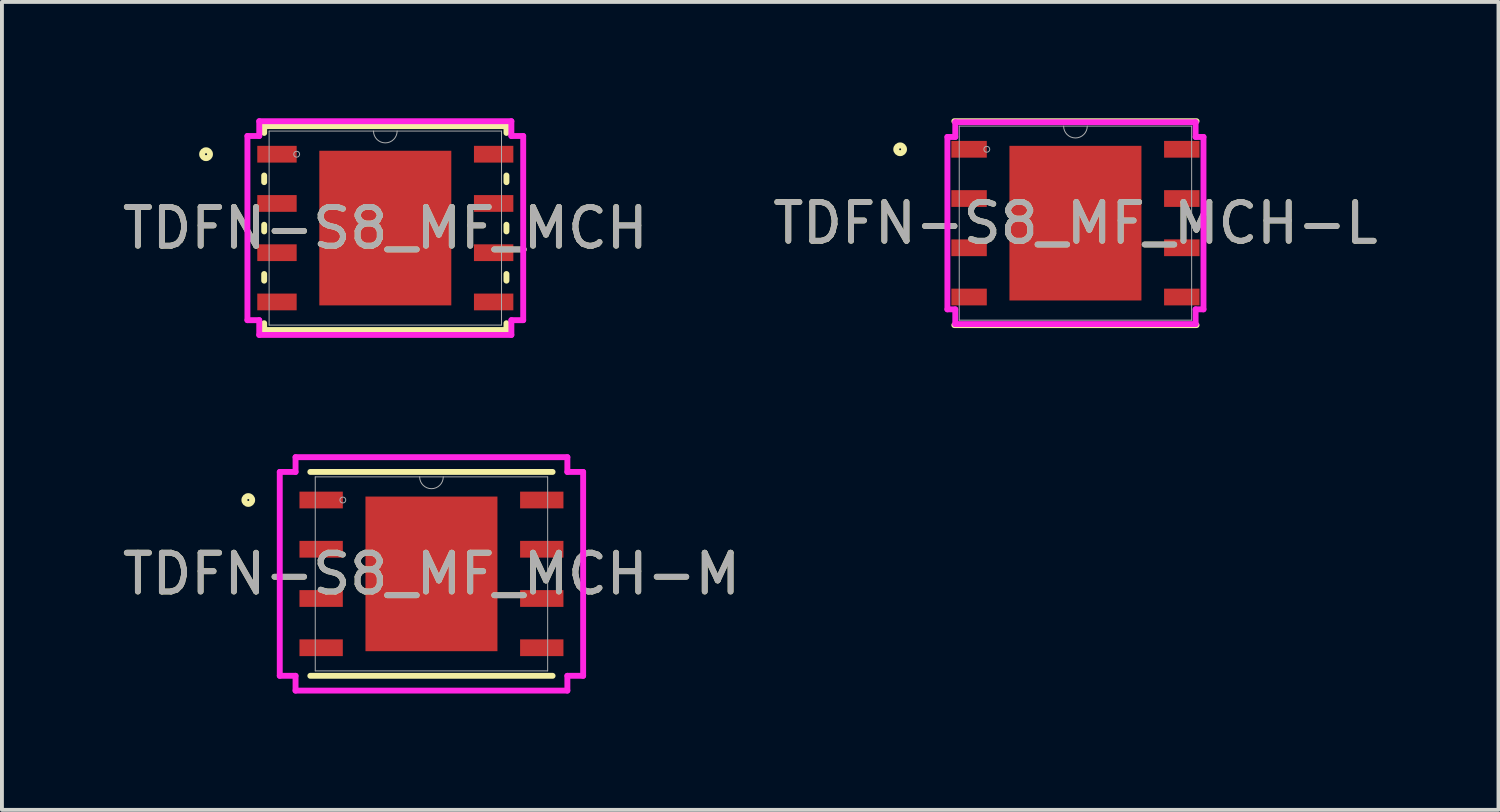
<source format=kicad_pcb>
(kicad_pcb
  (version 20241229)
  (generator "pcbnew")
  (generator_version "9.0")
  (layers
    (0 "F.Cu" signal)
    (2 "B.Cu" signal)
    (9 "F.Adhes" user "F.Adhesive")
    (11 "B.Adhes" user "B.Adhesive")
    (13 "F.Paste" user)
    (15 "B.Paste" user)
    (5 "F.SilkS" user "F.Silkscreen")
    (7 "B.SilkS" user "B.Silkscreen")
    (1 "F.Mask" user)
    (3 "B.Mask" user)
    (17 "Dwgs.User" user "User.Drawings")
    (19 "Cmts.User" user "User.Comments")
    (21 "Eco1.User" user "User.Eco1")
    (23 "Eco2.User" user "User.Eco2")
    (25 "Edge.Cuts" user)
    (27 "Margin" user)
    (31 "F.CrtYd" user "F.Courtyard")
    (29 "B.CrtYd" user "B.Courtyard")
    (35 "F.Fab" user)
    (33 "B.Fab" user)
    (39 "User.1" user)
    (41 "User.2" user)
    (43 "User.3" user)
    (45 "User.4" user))
  (footprint "TDFN-S8_MF_MCH-L"
    (layer "F.Cu")
    (at 24.685 2.705)
    (property "Reference" "TDFN-S8_MF_MCH-L" (at 0 0 0) (unlocked yes) (layer "F.SilkS") (effects (font (size 1 1) (thickness 0.15))))
    (attr smd)
    (fp_line (start -3.124 2.629) (end 3.124 2.629) (stroke (width 0.152) (type solid)) (layer "F.SilkS"))
    (fp_line (start 3.124 -2.629) (end -3.124 -2.629) (stroke (width 0.152) (type solid)) (layer "F.SilkS"))
    (fp_circle (center -4.521 -1.905) (end -4.42 -1.905) (stroke (width 0.152) (type solid)) (fill no) (layer "F.SilkS"))
    (fp_poly (pts (xy -1.602 -1.894) (xy -1.602 -0.765) (xy -0.1 -0.765) (xy -0.1 -1.894)) (stroke (width 0) (type solid)) (fill yes) (layer "F.Paste"))
    (fp_poly (pts (xy -1.602 -0.565) (xy -1.602 0.565) (xy -0.1 0.565) (xy -0.1 -0.565)) (stroke (width 0) (type solid)) (fill yes) (layer "F.Paste"))
    (fp_poly (pts (xy -1.602 0.765) (xy -1.602 1.894) (xy -0.1 1.894) (xy -0.1 0.765)) (stroke (width 0) (type solid)) (fill yes) (layer "F.Paste"))
    (fp_poly (pts (xy 0.1 -1.894) (xy 0.1 -0.765) (xy 1.602 -0.765) (xy 1.602 -1.894)) (stroke (width 0) (type solid)) (fill yes) (layer "F.Paste"))
    (fp_poly (pts (xy 0.1 -0.565) (xy 0.1 0.565) (xy 1.602 0.565) (xy 1.602 -0.565)) (stroke (width 0) (type solid)) (fill yes) (layer "F.Paste"))
    (fp_poly (pts (xy 0.1 0.765) (xy 0.1 1.894) (xy 1.602 1.894) (xy 1.602 0.765)) (stroke (width 0) (type solid)) (fill yes) (layer "F.Paste"))
    (fp_line (start -3.302 -2.223) (end -3.099 -2.223) (stroke (width 0.152) (type solid)) (layer "F.CrtYd"))
    (fp_line (start -3.302 2.223) (end -3.302 -2.223) (stroke (width 0.152) (type solid)) (layer "F.CrtYd"))
    (fp_line (start -3.302 2.223) (end -3.099 2.223) (stroke (width 0.152) (type solid)) (layer "F.CrtYd"))
    (fp_line (start -3.099 -2.603) (end 3.099 -2.603) (stroke (width 0.152) (type solid)) (layer "F.CrtYd"))
    (fp_line (start -3.099 -2.223) (end -3.099 -2.603) (stroke (width 0.152) (type solid)) (layer "F.CrtYd"))
    (fp_line (start -3.099 2.603) (end -3.099 2.223) (stroke (width 0.152) (type solid)) (layer "F.CrtYd"))
    (fp_line (start 3.099 -2.603) (end 3.099 -2.223) (stroke (width 0.152) (type solid)) (layer "F.CrtYd"))
    (fp_line (start 3.099 2.223) (end 3.099 2.603) (stroke (width 0.152) (type solid)) (layer "F.CrtYd"))
    (fp_line (start 3.099 2.603) (end -3.099 2.603) (stroke (width 0.152) (type solid)) (layer "F.CrtYd"))
    (fp_line (start 3.302 -2.223) (end 3.099 -2.223) (stroke (width 0.152) (type solid)) (layer "F.CrtYd"))
    (fp_line (start 3.302 -2.223) (end 3.302 2.223) (stroke (width 0.152) (type solid)) (layer "F.CrtYd"))
    (fp_line (start 3.302 2.223) (end 3.099 2.223) (stroke (width 0.152) (type solid)) (layer "F.CrtYd"))
    (fp_line (start -2.997 -2.502) (end -2.997 2.502) (stroke (width 0.025) (type solid)) (layer "F.Fab"))
    (fp_line (start -2.997 2.502) (end 2.997 2.502) (stroke (width 0.025) (type solid)) (layer "F.Fab"))
    (fp_line (start 2.997 -2.502) (end -2.997 -2.502) (stroke (width 0.025) (type solid)) (layer "F.Fab"))
    (fp_line (start 2.997 2.502) (end 2.997 -2.502) (stroke (width 0.025) (type solid)) (layer "F.Fab"))
    (fp_arc (start 0.3048 -2.5019) (mid 0 -2.1971) (end -0.3048 -2.5019) (stroke (width 0.0254) (type solid)) (layer "F.Fab"))
    (fp_circle (center -2.286 -1.905) (end -2.21 -1.905) (stroke (width 0.025) (type solid)) (fill no) (layer "F.Fab"))
    (fp_text user "${REFERENCE}" (at 0 0 0) (unlocked yes) (layer "F.Fab") (effects (font (size 1 1) (thickness 0.15))))
    (pad "1" smd rect (at -2.743 -1.905) (size 0.914 0.432) (layers "F.Cu" "F.Mask" "F.Paste"))
    (pad "2" smd rect (at -2.743 -0.635) (size 0.914 0.432) (layers "F.Cu" "F.Mask" "F.Paste"))
    (pad "3" smd rect (at -2.743 0.635) (size 0.914 0.432) (layers "F.Cu" "F.Mask" "F.Paste"))
    (pad "4" smd rect (at -2.743 1.905) (size 0.914 0.432) (layers "F.Cu" "F.Mask" "F.Paste"))
    (pad "5" smd rect (at 2.743 1.905) (size 0.914 0.432) (layers "F.Cu" "F.Mask" "F.Paste"))
    (pad "6" smd rect (at 2.743 0.635) (size 0.914 0.432) (layers "F.Cu" "F.Mask" "F.Paste"))
    (pad "7" smd rect (at 2.743 -0.635) (size 0.914 0.432) (layers "F.Cu" "F.Mask" "F.Paste"))
    (pad "8" smd rect (at 2.743 -1.905) (size 0.914 0.432) (layers "F.Cu" "F.Mask" "F.Paste"))
    (pad "9" smd rect (at 0 0) (size 3.404 3.988) (layers "F.Cu" "F.Mask" "F.Paste")))
  (footprint "TDFN-S8_MF_MCH-M"
    (layer "F.Cu")
    (at 8.077 11.75)
    (property "Reference" "TDFN-S8_MF_MCH-M" (at 0 0 0) (unlocked yes) (layer "F.SilkS") (effects (font (size 1 1) (thickness 0.15))))
    (attr smd)
    (fp_line (start -3.124 2.629) (end 3.124 2.629) (stroke (width 0.152) (type solid)) (layer "F.SilkS"))
    (fp_line (start 3.124 -2.629) (end -3.124 -2.629) (stroke (width 0.152) (type solid)) (layer "F.SilkS"))
    (fp_circle (center -4.724 -1.905) (end -4.623 -1.905) (stroke (width 0.152) (type solid)) (fill no) (layer "F.SilkS"))
    (fp_poly (pts (xy -1.602 -1.894) (xy -1.602 -0.765) (xy -0.1 -0.765) (xy -0.1 -1.894)) (stroke (width 0) (type solid)) (fill yes) (layer "F.Paste"))
    (fp_poly (pts (xy -1.602 -0.565) (xy -1.602 0.565) (xy -0.1 0.565) (xy -0.1 -0.565)) (stroke (width 0) (type solid)) (fill yes) (layer "F.Paste"))
    (fp_poly (pts (xy -1.602 0.765) (xy -1.602 1.894) (xy -0.1 1.894) (xy -0.1 0.765)) (stroke (width 0) (type solid)) (fill yes) (layer "F.Paste"))
    (fp_poly (pts (xy 0.1 -1.894) (xy 0.1 -0.765) (xy 1.602 -0.765) (xy 1.602 -1.894)) (stroke (width 0) (type solid)) (fill yes) (layer "F.Paste"))
    (fp_poly (pts (xy 0.1 -0.565) (xy 0.1 0.565) (xy 1.602 0.565) (xy 1.602 -0.565)) (stroke (width 0) (type solid)) (fill yes) (layer "F.Paste"))
    (fp_poly (pts (xy 0.1 0.765) (xy 0.1 1.894) (xy 1.602 1.894) (xy 1.602 0.765)) (stroke (width 0) (type solid)) (fill yes) (layer "F.Paste"))
    (fp_line (start -3.912 -2.629) (end -3.505 -2.629) (stroke (width 0.152) (type solid)) (layer "F.CrtYd"))
    (fp_line (start -3.912 2.629) (end -3.912 -2.629) (stroke (width 0.152) (type solid)) (layer "F.CrtYd"))
    (fp_line (start -3.912 2.629) (end -3.505 2.629) (stroke (width 0.152) (type solid)) (layer "F.CrtYd"))
    (fp_line (start -3.505 -3.01) (end 3.505 -3.01) (stroke (width 0.152) (type solid)) (layer "F.CrtYd"))
    (fp_line (start -3.505 -2.629) (end -3.505 -3.01) (stroke (width 0.152) (type solid)) (layer "F.CrtYd"))
    (fp_line (start -3.505 3.01) (end -3.505 2.629) (stroke (width 0.152) (type solid)) (layer "F.CrtYd"))
    (fp_line (start 3.505 -3.01) (end 3.505 -2.629) (stroke (width 0.152) (type solid)) (layer "F.CrtYd"))
    (fp_line (start 3.505 2.629) (end 3.505 3.01) (stroke (width 0.152) (type solid)) (layer "F.CrtYd"))
    (fp_line (start 3.505 3.01) (end -3.505 3.01) (stroke (width 0.152) (type solid)) (layer "F.CrtYd"))
    (fp_line (start 3.912 -2.629) (end 3.505 -2.629) (stroke (width 0.152) (type solid)) (layer "F.CrtYd"))
    (fp_line (start 3.912 -2.629) (end 3.912 2.629) (stroke (width 0.152) (type solid)) (layer "F.CrtYd"))
    (fp_line (start 3.912 2.629) (end 3.505 2.629) (stroke (width 0.152) (type solid)) (layer "F.CrtYd"))
    (fp_line (start -2.997 -2.502) (end -2.997 2.502) (stroke (width 0.025) (type solid)) (layer "F.Fab"))
    (fp_line (start -2.997 2.502) (end 2.997 2.502) (stroke (width 0.025) (type solid)) (layer "F.Fab"))
    (fp_line (start 2.997 -2.502) (end -2.997 -2.502) (stroke (width 0.025) (type solid)) (layer "F.Fab"))
    (fp_line (start 2.997 2.502) (end 2.997 -2.502) (stroke (width 0.025) (type solid)) (layer "F.Fab"))
    (fp_arc (start 0.3048 -2.5019) (mid 0 -2.1971) (end -0.3048 -2.5019) (stroke (width 0.0254) (type solid)) (layer "F.Fab"))
    (fp_circle (center -2.286 -1.905) (end -2.21 -1.905) (stroke (width 0.025) (type solid)) (fill no) (layer "F.Fab"))
    (fp_text user "${REFERENCE}" (at 0 0 0) (unlocked yes) (layer "F.Fab") (effects (font (size 1 1) (thickness 0.15))))
    (pad "1" smd rect (at -2.845 -1.905) (size 1.118 0.432) (layers "F.Cu" "F.Mask" "F.Paste"))
    (pad "2" smd rect (at -2.845 -0.635) (size 1.118 0.432) (layers "F.Cu" "F.Mask" "F.Paste"))
    (pad "3" smd rect (at -2.845 0.635) (size 1.118 0.432) (layers "F.Cu" "F.Mask" "F.Paste"))
    (pad "4" smd rect (at -2.845 1.905) (size 1.118 0.432) (layers "F.Cu" "F.Mask" "F.Paste"))
    (pad "5" smd rect (at 2.845 1.905) (size 1.118 0.432) (layers "F.Cu" "F.Mask" "F.Paste"))
    (pad "6" smd rect (at 2.845 0.635) (size 1.118 0.432) (layers "F.Cu" "F.Mask" "F.Paste"))
    (pad "7" smd rect (at 2.845 -0.635) (size 1.118 0.432) (layers "F.Cu" "F.Mask" "F.Paste"))
    (pad "8" smd rect (at 2.845 -1.905) (size 1.118 0.432) (layers "F.Cu" "F.Mask" "F.Paste"))
    (pad "9" smd rect (at 0 0) (size 3.404 3.988) (layers "F.Cu" "F.Mask" "F.Paste")))
  (footprint "TDFN-S8_MF_MCH"
    (layer "F.Cu")
    (at 6.887 2.832)
    (property "Reference" "TDFN-S8_MF_MCH" (at 0 0 0) (unlocked yes) (layer "F.SilkS") (effects (font (size 1 1) (thickness 0.15))))
    (attr smd)
    (fp_line (start -3.124 -2.629) (end -3.124 -2.454) (stroke (width 0.152) (type solid)) (layer "F.SilkS"))
    (fp_line (start -3.124 -1.356) (end -3.124 -1.184) (stroke (width 0.152) (type solid)) (layer "F.SilkS"))
    (fp_line (start -3.124 -0.086) (end -3.124 0.086) (stroke (width 0.152) (type solid)) (layer "F.SilkS"))
    (fp_line (start -3.124 1.184) (end -3.124 1.356) (stroke (width 0.152) (type solid)) (layer "F.SilkS"))
    (fp_line (start -3.124 2.454) (end -3.124 2.629) (stroke (width 0.152) (type solid)) (layer "F.SilkS"))
    (fp_line (start -3.124 2.629) (end 3.124 2.629) (stroke (width 0.152) (type solid)) (layer "F.SilkS"))
    (fp_line (start 3.124 -2.629) (end -3.124 -2.629) (stroke (width 0.152) (type solid)) (layer "F.SilkS"))
    (fp_line (start 3.124 -2.454) (end 3.124 -2.629) (stroke (width 0.152) (type solid)) (layer "F.SilkS"))
    (fp_line (start 3.124 -1.184) (end 3.124 -1.356) (stroke (width 0.152) (type solid)) (layer "F.SilkS"))
    (fp_line (start 3.124 0.086) (end 3.124 -0.086) (stroke (width 0.152) (type solid)) (layer "F.SilkS"))
    (fp_line (start 3.124 1.356) (end 3.124 1.184) (stroke (width 0.152) (type solid)) (layer "F.SilkS"))
    (fp_line (start 3.124 2.629) (end 3.124 2.454) (stroke (width 0.152) (type solid)) (layer "F.SilkS"))
    (fp_circle (center -4.623 -1.905) (end -4.521 -1.905) (stroke (width 0.152) (type solid)) (fill no) (layer "F.SilkS"))
    (fp_poly (pts (xy -1.602 -1.894) (xy -1.602 -0.765) (xy -0.1 -0.765) (xy -0.1 -1.894)) (stroke (width 0) (type solid)) (fill yes) (layer "F.Paste"))
    (fp_poly (pts (xy -1.602 -0.565) (xy -1.602 0.565) (xy -0.1 0.565) (xy -0.1 -0.565)) (stroke (width 0) (type solid)) (fill yes) (layer "F.Paste"))
    (fp_poly (pts (xy -1.602 0.765) (xy -1.602 1.894) (xy -0.1 1.894) (xy -0.1 0.765)) (stroke (width 0) (type solid)) (fill yes) (layer "F.Paste"))
    (fp_poly (pts (xy 0.1 -1.894) (xy 0.1 -0.765) (xy 1.602 -0.765) (xy 1.602 -1.894)) (stroke (width 0) (type solid)) (fill yes) (layer "F.Paste"))
    (fp_poly (pts (xy 0.1 -0.565) (xy 0.1 0.565) (xy 1.602 0.565) (xy 1.602 -0.565)) (stroke (width 0) (type solid)) (fill yes) (layer "F.Paste"))
    (fp_poly (pts (xy 0.1 0.765) (xy 0.1 1.894) (xy 1.602 1.894) (xy 1.602 0.765)) (stroke (width 0) (type solid)) (fill yes) (layer "F.Paste"))
    (fp_line (start -3.556 -2.375) (end -3.251 -2.375) (stroke (width 0.152) (type solid)) (layer "F.CrtYd"))
    (fp_line (start -3.556 2.375) (end -3.556 -2.375) (stroke (width 0.152) (type solid)) (layer "F.CrtYd"))
    (fp_line (start -3.556 2.375) (end -3.251 2.375) (stroke (width 0.152) (type solid)) (layer "F.CrtYd"))
    (fp_line (start -3.251 -2.756) (end 3.251 -2.756) (stroke (width 0.152) (type solid)) (layer "F.CrtYd"))
    (fp_line (start -3.251 -2.375) (end -3.251 -2.756) (stroke (width 0.152) (type solid)) (layer "F.CrtYd"))
    (fp_line (start -3.251 2.756) (end -3.251 2.375) (stroke (width 0.152) (type solid)) (layer "F.CrtYd"))
    (fp_line (start 3.251 -2.756) (end 3.251 -2.375) (stroke (width 0.152) (type solid)) (layer "F.CrtYd"))
    (fp_line (start 3.251 2.375) (end 3.251 2.756) (stroke (width 0.152) (type solid)) (layer "F.CrtYd"))
    (fp_line (start 3.251 2.756) (end -3.251 2.756) (stroke (width 0.152) (type solid)) (layer "F.CrtYd"))
    (fp_line (start 3.556 -2.375) (end 3.251 -2.375) (stroke (width 0.152) (type solid)) (layer "F.CrtYd"))
    (fp_line (start 3.556 -2.375) (end 3.556 2.375) (stroke (width 0.152) (type solid)) (layer "F.CrtYd"))
    (fp_line (start 3.556 2.375) (end 3.251 2.375) (stroke (width 0.152) (type solid)) (layer "F.CrtYd"))
    (fp_line (start -2.997 -2.502) (end -2.997 2.502) (stroke (width 0.025) (type solid)) (layer "F.Fab"))
    (fp_line (start -2.997 2.502) (end 2.997 2.502) (stroke (width 0.025) (type solid)) (layer "F.Fab"))
    (fp_line (start 2.997 -2.502) (end -2.997 -2.502) (stroke (width 0.025) (type solid)) (layer "F.Fab"))
    (fp_line (start 2.997 2.502) (end 2.997 -2.502) (stroke (width 0.025) (type solid)) (layer "F.Fab"))
    (fp_arc (start 0.3048 -2.5019) (mid 0 -2.1971) (end -0.3048 -2.5019) (stroke (width 0.0254) (type solid)) (layer "F.Fab"))
    (fp_circle (center -2.286 -1.905) (end -2.21 -1.905) (stroke (width 0.025) (type solid)) (fill no) (layer "F.Fab"))
    (fp_text user "${REFERENCE}" (at 0 0 0) (unlocked yes) (layer "F.Fab") (effects (font (size 1 1) (thickness 0.15))))
    (pad "1" smd rect (at -2.794 -1.905) (size 1.016 0.432) (layers "F.Cu" "F.Mask" "F.Paste"))
    (pad "2" smd rect (at -2.794 -0.635) (size 1.016 0.432) (layers "F.Cu" "F.Mask" "F.Paste"))
    (pad "3" smd rect (at -2.794 0.635) (size 1.016 0.432) (layers "F.Cu" "F.Mask" "F.Paste"))
    (pad "4" smd rect (at -2.794 1.905) (size 1.016 0.432) (layers "F.Cu" "F.Mask" "F.Paste"))
    (pad "5" smd rect (at 2.794 1.905) (size 1.016 0.432) (layers "F.Cu" "F.Mask" "F.Paste"))
    (pad "6" smd rect (at 2.794 0.635) (size 1.016 0.432) (layers "F.Cu" "F.Mask" "F.Paste"))
    (pad "7" smd rect (at 2.794 -0.635) (size 1.016 0.432) (layers "F.Cu" "F.Mask" "F.Paste"))
    (pad "8" smd rect (at 2.794 -1.905) (size 1.016 0.432) (layers "F.Cu" "F.Mask" "F.Paste"))
    (pad "9" smd rect (at 0 0) (size 3.404 3.988) (layers "F.Cu" "F.Mask" "F.Paste")))
  (gr_rect
    (start -3 -3)
    (end 35.595 17.836)
    (stroke (width 0.1) (type default))
    (fill no)
    (layer "Edge.Cuts")))
</source>
